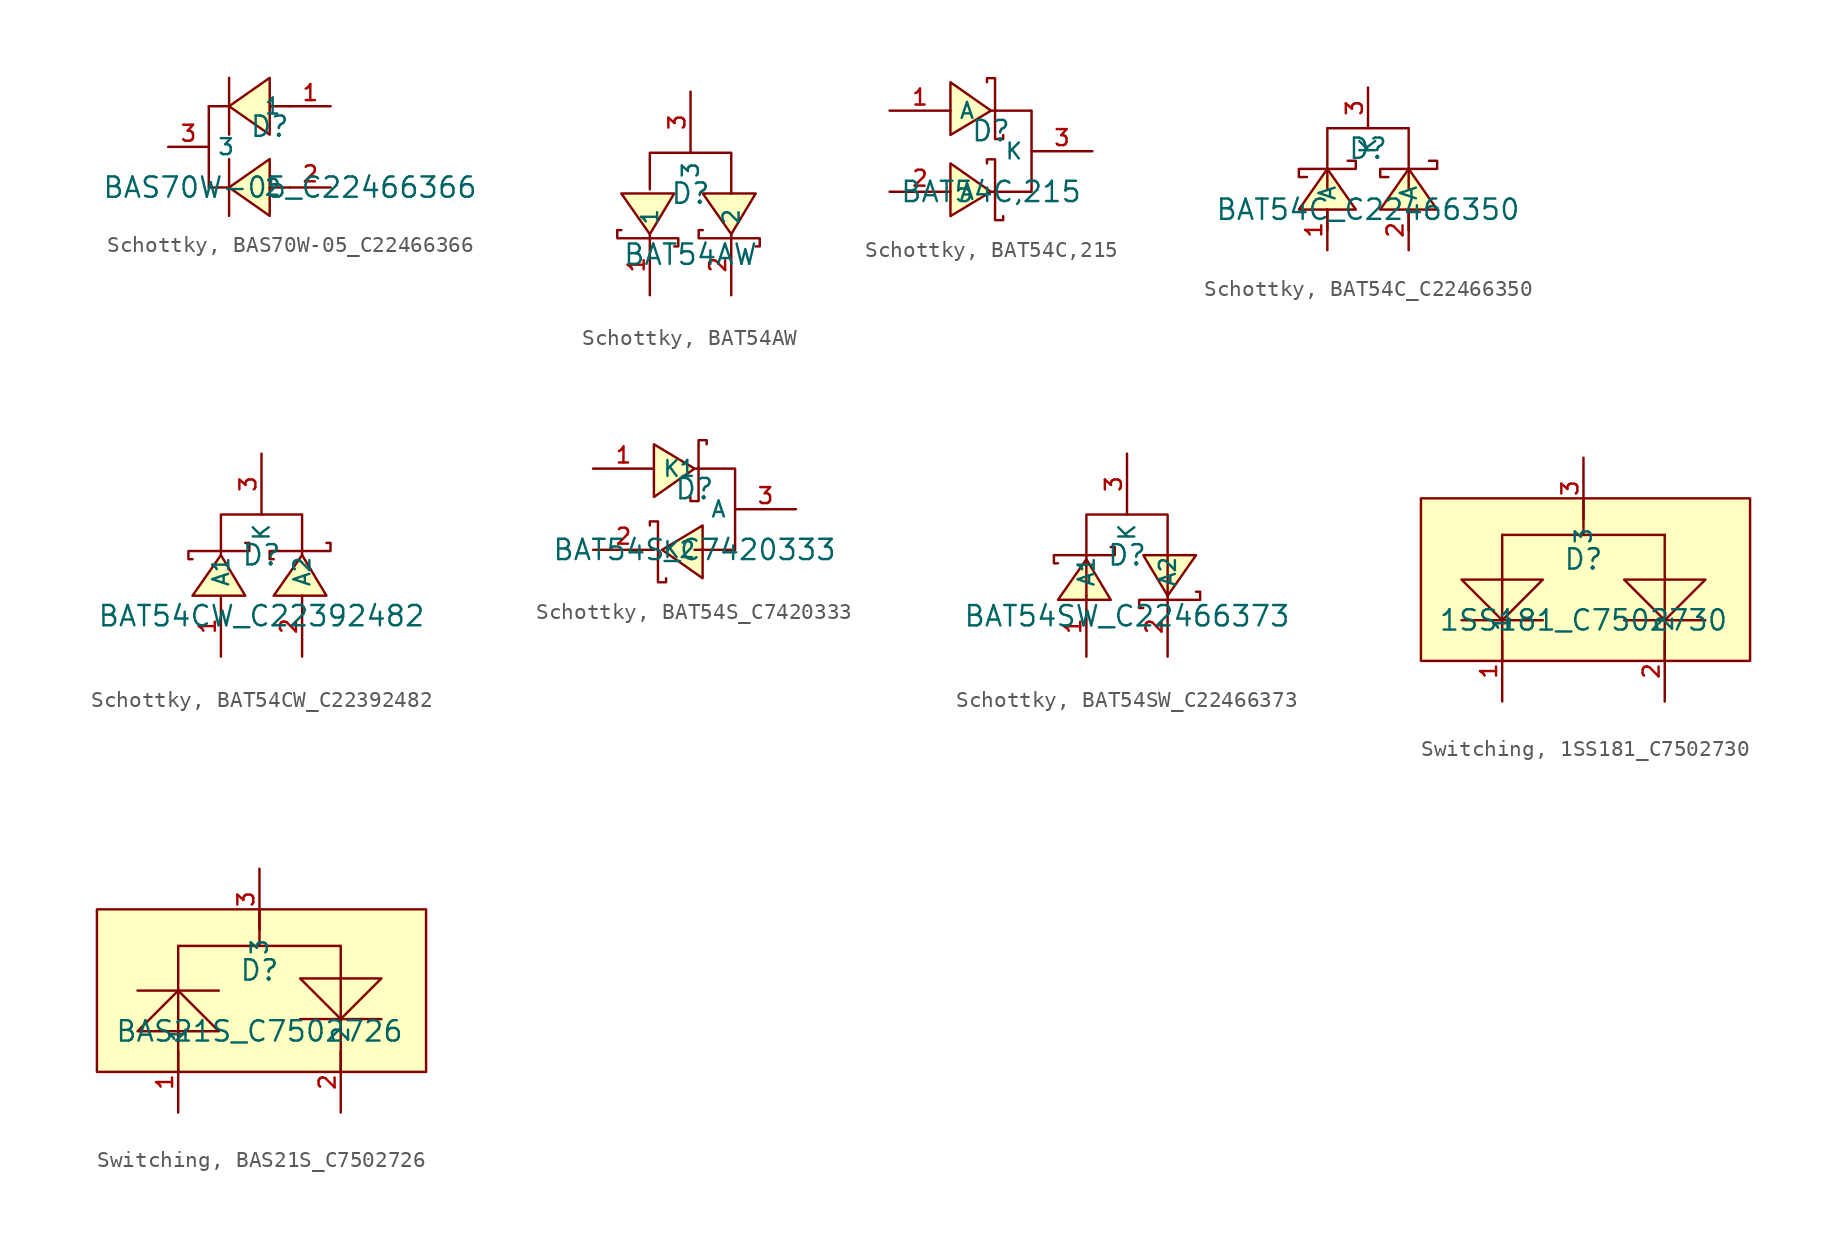
<source format=kicad_sym>
(kicad_symbol_lib
  (version 20231120)
  (generator "kicad_symbol_editor")
  (generator_version "8.0")
  (symbol "Schottky, BAS70W-05_C22466366"
    (property "Reference" "D"
      (at -1.27 1.27 0)
      (effects (font (size 1.27 1.27))))
    (property "Value" "BAS70W-05_C22466366"
      (at 0 -2.54 0)
      (effects (font (size 1.27 1.27))))
    (symbol "Schottky, BAS70W-05_C22466366_0_1"
      (polyline (pts (xy -3.81 -2.54) (xy -5.08 -2.54)) (stroke (width 0) (type default)) (fill (type none)))
      (polyline (pts (xy -3.81 2.54) (xy -5.08 2.54)) (stroke (width 0) (type default)) (fill (type none)))
      (polyline (pts (xy 0 -2.54) (xy -1.27 -2.54)) (stroke (width 0) (type default)) (fill (type none)))
      (polyline (pts (xy 0 2.54) (xy -1.27 2.54)) (stroke (width 0) (type default)) (fill (type none)))
      (polyline (pts (xy -5.08 2.54) (xy -5.08 -2.54) (xy -5.08 -2.54)) (stroke (width 0) (type default)) (fill (type none)))
      (polyline (pts (xy -1.27 -0.762) (xy -3.81 -2.54) (xy -1.27 -4.318) (xy -1.27 -0.762)) (stroke (width 0) (type default)) (fill (type background)))
      (polyline (pts (xy -1.27 4.318) (xy -3.81 2.54) (xy -1.27 0.762) (xy -1.27 4.318)) (stroke (width 0) (type default)) (fill (type background)))
      (polyline (pts (xy -3.81 -0.762) (xy -3.81 -0.762) (xy -3.81 -0.762) (xy -3.81 -4.318) (xy -3.81 -4.318) (xy -3.81 -4.318)) (stroke (width 0) (type default)) (fill (type none)))
      (polyline (pts (xy -3.81 4.318) (xy -3.81 4.318) (xy -3.81 4.318) (xy -3.81 0.762) (xy -3.81 0.762) (xy -3.81 0.762)) (stroke (width 0) (type default)) (fill (type none)))
      (pin unspecified line (at 2.54 2.54 180) (length 2.54) (name "1" (effects (font (size 1 1)))) (number "1" (effects (font (size 1 1)))))
      (pin unspecified line (at 2.54 -2.54 180) (length 2.54) (name "2" (effects (font (size 1 1)))) (number "2" (effects (font (size 1 1)))))
      (pin unspecified line (at -7.62 0 0) (length 2.54) (name "3" (effects (font (size 1 1)))) (number "3" (effects (font (size 1 1)))))))
  (symbol "Schottky, BAT54AW"
    (property "Reference" "D"
      (at 0 1.27 0)
      (effects (font (size 1.27 1.27))))
    (property "Value" "BAT54AW"
      (at 0 -2.54 0)
      (effects (font (size 1.27 1.27))))
    (symbol "Schottky, BAT54AW_0_1"
      (polyline (pts (xy -2.54 1.524) (xy -2.54 3.81) (xy 2.54 3.81) (xy 2.54 1.27)) (stroke (width 0) (type default)) (fill (type none)))
      (polyline (pts (xy -1.016 1.27) (xy -2.54 -1.27) (xy -4.318 1.27) (xy -1.016 1.27)) (stroke (width 0) (type default)) (fill (type background)))
      (polyline (pts (xy 4.064 1.27) (xy 2.54 -1.27) (xy 0.762 1.27) (xy 4.064 1.27)) (stroke (width 0) (type default)) (fill (type background)))
      (polyline (pts (xy -1.016 -2.032) (xy -0.762 -2.032) (xy -0.762 -1.524) (xy -4.572 -1.524) (xy -4.572 -1.016) (xy -4.318 -1.016)) (stroke (width 0) (type default)) (fill (type none)))
      (polyline (pts (xy 4.064 -2.032) (xy 4.318 -2.032) (xy 4.318 -1.524) (xy 0.508 -1.524) (xy 0.508 -1.016) (xy 0.762 -1.016)) (stroke (width 0) (type default)) (fill (type none)))
      (pin unspecified line (at -2.54 -5.08 90) (length 3.81) (name "1" (effects (font (size 1 1)))) (number "1" (effects (font (size 1 1)))))
      (pin unspecified line (at 2.54 -5.08 90) (length 3.81) (name "2" (effects (font (size 1 1)))) (number "2" (effects (font (size 1 1)))))
      (pin unspecified line (at 0 7.62 270) (length 3.81) (name "3" (effects (font (size 1 1)))) (number "3" (effects (font (size 1 1)))))))
  (symbol "Schottky, BAT54C,215"
    (property "Reference" "D"
      (at -1.27 1.27 0)
      (effects (font (size 1.27 1.27))))
    (property "Value" "BAT54C,215"
      (at -1.27 -2.54 0)
      (effects (font (size 1.27 1.27))))
    (symbol "Schottky, BAT54C,215_0_1"
      (polyline (pts (xy -3.81 -4.064) (xy -1.27 -2.54) (xy -3.81 -0.762) (xy -3.81 -4.064)) (stroke (width 0) (type default)) (fill (type background)))
      (polyline (pts (xy -3.81 1.016) (xy -1.27 2.54) (xy -3.81 4.318) (xy -3.81 1.016)) (stroke (width 0) (type default)) (fill (type background)))
      (polyline (pts (xy -1.27 2.54) (xy 1.27 2.54) (xy 1.27 -2.54) (xy -1.27 -2.54)) (stroke (width 0) (type default)) (fill (type none)))
      (polyline (pts (xy -0.508 -4.064) (xy -0.508 -4.318) (xy -1.016 -4.318) (xy -1.016 -0.508) (xy -1.524 -0.508) (xy -1.524 -0.762)) (stroke (width 0) (type default)) (fill (type none)))
      (polyline (pts (xy -0.508 1.016) (xy -0.508 0.762) (xy -1.016 0.762) (xy -1.016 4.572) (xy -1.524 4.572) (xy -1.524 4.318)) (stroke (width 0) (type default)) (fill (type none)))
      (pin unspecified line (at -7.62 2.54 0) (length 3.81) (name "A" (effects (font (size 1 1)))) (number "1" (effects (font (size 1 1)))))
      (pin unspecified line (at -7.62 -2.54 0) (length 3.81) (name "A" (effects (font (size 1 1)))) (number "2" (effects (font (size 1 1)))))
      (pin unspecified line (at 5.08 0 180) (length 3.81) (name "K" (effects (font (size 1 1)))) (number "3" (effects (font (size 1 1)))))))
  (symbol "Schottky, BAT54C_C22466350"
    (property "Reference" "D"
      (at 0 1.27 0)
      (effects (font (size 1.27 1.27))))
    (property "Value" "BAT54C_C22466350"
      (at 0 -2.54 0)
      (effects (font (size 1.27 1.27))))
    (symbol "Schottky, BAT54C_C22466350_0_1"
      (polyline (pts (xy -2.54 -3.81) (xy -2.54 -2.54)) (stroke (width 0) (type default)) (fill (type none)))
      (polyline (pts (xy -2.54 -1.27) (xy -2.54 2.54)) (stroke (width 0) (type default)) (fill (type none)))
      (polyline (pts (xy 2.54 -3.81) (xy 2.54 -2.54)) (stroke (width 0) (type default)) (fill (type none)))
      (polyline (pts (xy 2.54 -1.27) (xy 2.54 2.54)) (stroke (width 0) (type default)) (fill (type none)))
      (polyline (pts (xy 2.54 2.54) (xy -2.54 2.54)) (stroke (width 0) (type default)) (fill (type none)))
      (polyline (pts (xy -0.762 -2.54) (xy -2.54 0) (xy -4.318 -2.54) (xy -0.762 -2.54)) (stroke (width 0) (type default)) (fill (type background)))
      (polyline (pts (xy 4.318 -2.54) (xy 2.54 0) (xy 0.762 -2.54) (xy 4.318 -2.54)) (stroke (width 0) (type default)) (fill (type background)))
      (polyline (pts (xy -1.27 0.508) (xy -0.762 0.508) (xy -0.762 0) (xy -4.318 0) (xy -4.318 -0.508) (xy -3.81 -0.508)) (stroke (width 0) (type default)) (fill (type none)))
      (polyline (pts (xy 3.81 0.508) (xy 4.318 0.508) (xy 4.318 0) (xy 0.762 0) (xy 0.762 -0.508) (xy 1.27 -0.508)) (stroke (width 0) (type default)) (fill (type none)))
      (pin unspecified line (at -2.54 -5.08 90) (length 2.54) (name "A" (effects (font (size 1 1)))) (number "1" (effects (font (size 1 1)))))
      (pin unspecified line (at 2.54 -5.08 90) (length 2.54) (name "A" (effects (font (size 1 1)))) (number "2" (effects (font (size 1 1)))))
      (pin unspecified line (at 0 5.08 270) (length 2.54) (name "K" (effects (font (size 1 1)))) (number "3" (effects (font (size 1 1)))))))
  (symbol "Schottky, BAT54CW_C22392482"
    (property "Reference" "D"
      (at 0 1.27 0)
      (effects (font (size 1.27 1.27))))
    (property "Value" "BAT54CW_C22392482"
      (at 0 -2.54 0)
      (effects (font (size 1.27 1.27))))
    (symbol "Schottky, BAT54CW_C22392482_0_1"
      (polyline (pts (xy -2.54 1.27) (xy -2.54 3.81) (xy 2.54 3.81) (xy 2.54 1.27)) (stroke (width 0) (type default)) (fill (type none)))
      (polyline (pts (xy -1.016 -1.27) (xy -2.54 1.27) (xy -4.318 -1.27) (xy -1.016 -1.27)) (stroke (width 0) (type default)) (fill (type background)))
      (polyline (pts (xy 4.064 -1.27) (xy 2.54 1.27) (xy 0.762 -1.27) (xy 4.064 -1.27)) (stroke (width 0) (type default)) (fill (type background)))
      (polyline (pts (xy -1.016 2.032) (xy -0.762 2.032) (xy -0.762 1.524) (xy -4.572 1.524) (xy -4.572 1.016) (xy -4.318 1.016)) (stroke (width 0) (type default)) (fill (type none)))
      (polyline (pts (xy 4.064 2.032) (xy 4.318 2.032) (xy 4.318 1.524) (xy 0.508 1.524) (xy 0.508 1.016) (xy 0.762 1.016)) (stroke (width 0) (type default)) (fill (type none)))
      (pin unspecified line (at -2.54 -5.08 90) (length 3.81) (name "A1" (effects (font (size 1 1)))) (number "1" (effects (font (size 1 1)))))
      (pin unspecified line (at 2.54 -5.08 90) (length 3.81) (name "A2" (effects (font (size 1 1)))) (number "2" (effects (font (size 1 1)))))
      (pin unspecified line (at 0 7.62 270) (length 3.81) (name "K" (effects (font (size 1 1)))) (number "3" (effects (font (size 1 1)))))))
  (symbol "Schottky, BAT54S_C7420333"
    (property "Reference" "D"
      (at -1.27 1.27 0)
      (effects (font (size 1.27 1.27))))
    (property "Value" "BAT54S_C7420333"
      (at -1.27 -2.54 0)
      (effects (font (size 1.27 1.27))))
    (symbol "Schottky, BAT54S_C7420333_0_1"
      (polyline (pts (xy -3.81 4.064) (xy -1.27 2.54) (xy -3.81 0.762) (xy -3.81 4.064)) (stroke (width 0) (type default)) (fill (type background)))
      (polyline (pts (xy -1.27 2.54) (xy 1.27 2.54) (xy 1.27 -2.54) (xy -1.27 -2.54)) (stroke (width 0) (type default)) (fill (type none)))
      (polyline (pts (xy -0.762 -1.016) (xy -3.302 -2.54) (xy -0.762 -4.318) (xy -0.762 -1.016)) (stroke (width 0) (type default)) (fill (type background)))
      (polyline (pts (xy -4.064 -1.016) (xy -4.064 -0.762) (xy -3.556 -0.762) (xy -3.556 -4.572) (xy -3.048 -4.572) (xy -3.048 -4.318)) (stroke (width 0) (type default)) (fill (type none)))
      (polyline (pts (xy -0.508 4.064) (xy -0.508 4.318) (xy -1.016 4.318) (xy -1.016 0.508) (xy -1.524 0.508) (xy -1.524 0.762)) (stroke (width 0) (type default)) (fill (type none)))
      (pin unspecified line (at -7.62 2.54 0) (length 3.81) (name "K1" (effects (font (size 1 1)))) (number "1" (effects (font (size 1 1)))))
      (pin unspecified line (at -7.62 -2.54 0) (length 3.81) (name "K2" (effects (font (size 1 1)))) (number "2" (effects (font (size 1 1)))))
      (pin unspecified line (at 5.08 0 180) (length 3.81) (name "A" (effects (font (size 1 1)))) (number "3" (effects (font (size 1 1)))))))
  (symbol "Schottky, BAT54SW_C22466373"
    (property "Reference" "D"
      (at 0 1.27 0)
      (effects (font (size 1.27 1.27))))
    (property "Value" "BAT54SW_C22466373"
      (at 0 -2.54 0)
      (effects (font (size 1.27 1.27))))
    (symbol "Schottky, BAT54SW_C22466373_0_1"
      (polyline (pts (xy -2.54 -1.27) (xy -2.54 3.81) (xy 2.54 3.81) (xy 2.54 -1.27)) (stroke (width 0) (type default)) (fill (type none)))
      (polyline (pts (xy -1.016 -1.524) (xy -2.54 1.016) (xy -4.318 -1.524) (xy -1.016 -1.524)) (stroke (width 0) (type default)) (fill (type background)))
      (polyline (pts (xy 1.016 1.27) (xy 2.54 -1.27) (xy 4.318 1.27) (xy 1.016 1.27)) (stroke (width 0) (type default)) (fill (type background)))
      (polyline (pts (xy -1.016 1.778) (xy -0.762 1.778) (xy -0.762 1.27) (xy -4.572 1.27) (xy -4.572 0.762) (xy -4.318 0.762)) (stroke (width 0) (type default)) (fill (type none)))
      (polyline (pts (xy 1.016 -2.032) (xy 0.762 -2.032) (xy 0.762 -1.524) (xy 4.572 -1.524) (xy 4.572 -1.016) (xy 4.318 -1.016)) (stroke (width 0) (type default)) (fill (type none)))
      (pin unspecified line (at -2.54 -5.08 90) (length 3.81) (name "A1" (effects (font (size 1 1)))) (number "1" (effects (font (size 1 1)))))
      (pin unspecified line (at 2.54 -5.08 90) (length 3.81) (name "A2" (effects (font (size 1 1)))) (number "2" (effects (font (size 1 1)))))
      (pin unspecified line (at 0 7.62 270) (length 3.81) (name "K" (effects (font (size 1 1)))) (number "3" (effects (font (size 1 1)))))))
  (symbol "Switching, 1SS181_C7502730"
    (property "Reference" "D"
      (at 0 1.27 0)
      (effects (font (size 1.27 1.27))))
    (property "Value" "1SS181_C7502730"
      (at 0 -2.54 0)
      (effects (font (size 1.27 1.27))))
    (symbol "Switching, 1SS181_C7502730_0_1"
      (rectangle (start -10.16 5.08) (end 10.414 -5.08) (stroke (width 0) (type default)) (fill (type background)))
      (polyline (pts (xy -7.62 -2.54) (xy -2.54 -2.54)) (stroke (width 0) (type default)) (fill (type none)))
      (polyline (pts (xy -5.08 2.794) (xy -5.08 -5.08)) (stroke (width 0) (type default)) (fill (type none)))
      (polyline (pts (xy -5.08 2.794) (xy 5.08 2.794)) (stroke (width 0) (type default)) (fill (type none)))
      (polyline (pts (xy 0 5.08) (xy 0 2.794)) (stroke (width 0) (type default)) (fill (type none)))
      (polyline (pts (xy 2.54 -2.54) (xy 7.62 -2.54)) (stroke (width 0) (type default)) (fill (type none)))
      (polyline (pts (xy 5.08 2.794) (xy 5.08 -5.08)) (stroke (width 0) (type default)) (fill (type none)))
      (polyline (pts (xy -2.54 0) (xy -5.08 -2.54) (xy -7.62 0) (xy -2.54 0)) (stroke (width 0) (type default)) (fill (type background)))
      (polyline (pts (xy 7.62 0) (xy 5.08 -2.54) (xy 2.54 0) (xy 7.62 0)) (stroke (width 0) (type default)) (fill (type background)))
      (pin input line (at -5.08 -7.62 90) (length 3.81) (name "1" (effects (font (size 1 1)))) (number "1" (effects (font (size 1 1)))))
      (pin input line (at 5.08 -7.62 90) (length 3.81) (name "2" (effects (font (size 1 1)))) (number "2" (effects (font (size 1 1)))))
      (pin input line (at 0 7.62 270) (length 3.81) (name "3" (effects (font (size 1 1)))) (number "3" (effects (font (size 1 1)))))))
  (symbol "Switching, BAS21S_C7502726"
    (property "Reference" "D"
      (at 0 1.27 0)
      (effects (font (size 1.27 1.27))))
    (property "Value" "BAS21S_C7502726"
      (at 0 -2.54 0)
      (effects (font (size 1.27 1.27))))
    (symbol "Switching, BAS21S_C7502726_0_1"
      (rectangle (start -10.16 5.08) (end 10.414 -5.08) (stroke (width 0) (type default)) (fill (type background)))
      (polyline (pts (xy -7.62 0) (xy -2.54 0)) (stroke (width 0) (type default)) (fill (type none)))
      (polyline (pts (xy -5.08 2.794) (xy -5.08 -5.08)) (stroke (width 0) (type default)) (fill (type none)))
      (polyline (pts (xy -5.08 2.794) (xy 5.08 2.794)) (stroke (width 0) (type default)) (fill (type none)))
      (polyline (pts (xy 0 5.08) (xy 0 2.794)) (stroke (width 0) (type default)) (fill (type none)))
      (polyline (pts (xy 2.54 -1.778) (xy 7.62 -1.778)) (stroke (width 0) (type default)) (fill (type none)))
      (polyline (pts (xy 5.08 2.794) (xy 5.08 -5.08)) (stroke (width 0) (type default)) (fill (type none)))
      (polyline (pts (xy -2.54 -2.54) (xy -5.08 0) (xy -7.62 -2.54) (xy -2.54 -2.54)) (stroke (width 0) (type default)) (fill (type background)))
      (polyline (pts (xy 7.62 0.762) (xy 5.08 -1.778) (xy 2.54 0.762) (xy 7.62 0.762)) (stroke (width 0) (type default)) (fill (type background)))
      (pin input line (at -5.08 -7.62 90) (length 3.81) (name "1" (effects (font (size 1 1)))) (number "1" (effects (font (size 1 1)))))
      (pin input line (at 5.08 -7.62 90) (length 3.81) (name "2" (effects (font (size 1 1)))) (number "2" (effects (font (size 1 1)))))
      (pin input line (at 0 7.62 270) (length 3.81) (name "3" (effects (font (size 1 1)))) (number "3" (effects (font (size 1 1))))))))
</source>
